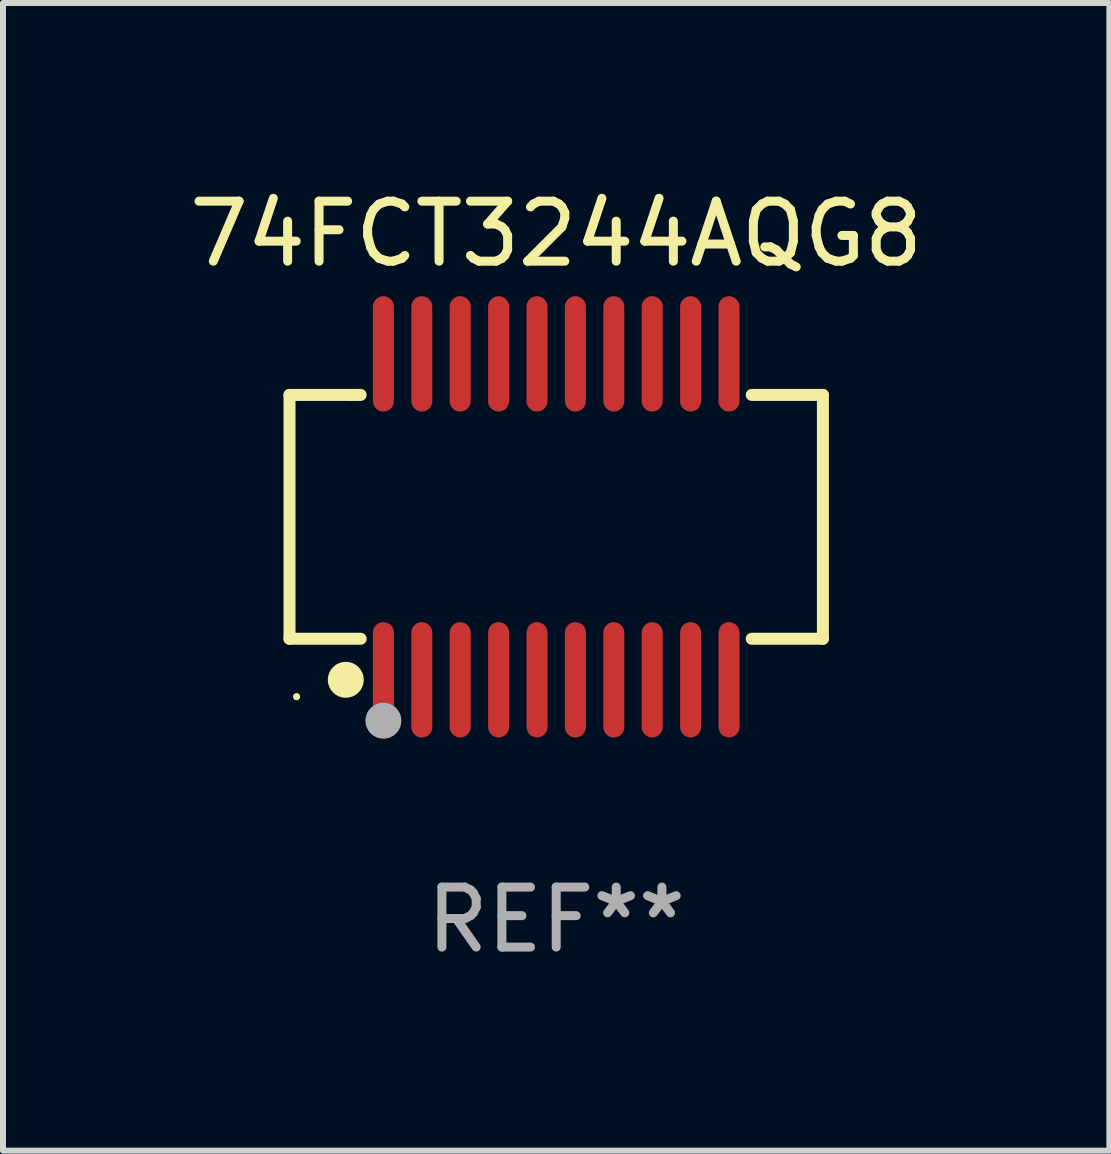
<source format=kicad_pcb>
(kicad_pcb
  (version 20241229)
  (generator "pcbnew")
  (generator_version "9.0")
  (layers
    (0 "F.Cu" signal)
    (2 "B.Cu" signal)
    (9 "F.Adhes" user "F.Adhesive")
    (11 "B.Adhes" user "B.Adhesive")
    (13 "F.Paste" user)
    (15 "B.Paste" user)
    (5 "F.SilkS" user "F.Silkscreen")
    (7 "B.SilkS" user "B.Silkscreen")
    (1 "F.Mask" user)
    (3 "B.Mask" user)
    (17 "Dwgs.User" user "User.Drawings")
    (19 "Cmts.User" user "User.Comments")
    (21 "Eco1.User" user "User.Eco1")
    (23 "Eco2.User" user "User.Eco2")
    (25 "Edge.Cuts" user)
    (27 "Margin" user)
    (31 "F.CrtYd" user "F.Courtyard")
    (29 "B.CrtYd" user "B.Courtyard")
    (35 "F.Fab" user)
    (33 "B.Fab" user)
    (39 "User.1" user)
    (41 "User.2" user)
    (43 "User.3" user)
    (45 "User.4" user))
  (footprint "74FCT3244AQG8"
    (layer "F.Cu")
    (at 6.22 5.564)
    (property "Reference" "74FCT3244AQG8" (at 0 -4.716 0) (layer "F.SilkS") (effects (font (size 1 1) (thickness 0.15))))
    (attr through_hole)
    (fp_line (start -4.445 -2.032) (end -4.445 2.032) (stroke (width 0.2) (type solid)) (layer "F.SilkS"))
    (fp_line (start -4.445 2.032) (end -3.259 2.032) (stroke (width 0.2) (type solid)) (layer "F.SilkS"))
    (fp_line (start -3.429 -2.032) (end -4.445 -2.032) (stroke (width 0.2) (type solid)) (layer "F.SilkS"))
    (fp_line (start -3.259 -2.032) (end -3.429 -2.032) (stroke (width 0.2) (type solid)) (layer "F.SilkS"))
    (fp_line (start 3.259 2.032) (end 4.445 2.032) (stroke (width 0.2) (type solid)) (layer "F.SilkS"))
    (fp_line (start 4.445 -2.032) (end 3.259 -2.032) (stroke (width 0.2) (type solid)) (layer "F.SilkS"))
    (fp_line (start 4.445 2.032) (end 4.445 -2.032) (stroke (width 0.2) (type solid)) (layer "F.SilkS"))
    (fp_circle (center -4.327 2.997) (end -4.297 2.997) (stroke (width 0.06) (type solid)) (fill no) (layer "F.SilkS"))
    (fp_circle (center -3.507 2.716) (end -3.357 2.716) (stroke (width 0.3) (type solid)) (fill no) (layer "F.SilkS"))
    (fp_circle (center -2.88 3.398) (end -2.73 3.398) (stroke (width 0.3) (type solid)) (fill no) (layer "F.Fab"))
    (fp_text user "REF**" (at 0 6.716 0) (layer "F.Fab") (effects (font (size 1 1) (thickness 0.15))))
    (pad "1" smd oval (at -2.88 2.716) (size 0.35 1.922) (layers "F.Cu" "F.Mask" "F.Paste"))
    (pad "2" smd oval (at -2.24 2.716) (size 0.35 1.922) (layers "F.Cu" "F.Mask" "F.Paste"))
    (pad "3" smd oval (at -1.6 2.716) (size 0.35 1.922) (layers "F.Cu" "F.Mask" "F.Paste"))
    (pad "4" smd oval (at -0.96 2.716) (size 0.35 1.922) (layers "F.Cu" "F.Mask" "F.Paste"))
    (pad "5" smd oval (at -0.32 2.716) (size 0.35 1.922) (layers "F.Cu" "F.Mask" "F.Paste"))
    (pad "6" smd oval (at 0.32 2.716) (size 0.35 1.922) (layers "F.Cu" "F.Mask" "F.Paste"))
    (pad "7" smd oval (at 0.96 2.716) (size 0.35 1.922) (layers "F.Cu" "F.Mask" "F.Paste"))
    (pad "8" smd oval (at 1.6 2.716) (size 0.35 1.922) (layers "F.Cu" "F.Mask" "F.Paste"))
    (pad "9" smd oval (at 2.24 2.716) (size 0.35 1.922) (layers "F.Cu" "F.Mask" "F.Paste"))
    (pad "10" smd oval (at 2.88 2.716) (size 0.35 1.922) (layers "F.Cu" "F.Mask" "F.Paste"))
    (pad "11" smd oval (at 2.88 -2.716) (size 0.35 1.922) (layers "F.Cu" "F.Mask" "F.Paste"))
    (pad "12" smd oval (at 2.24 -2.716) (size 0.35 1.922) (layers "F.Cu" "F.Mask" "F.Paste"))
    (pad "13" smd oval (at 1.6 -2.716) (size 0.35 1.922) (layers "F.Cu" "F.Mask" "F.Paste"))
    (pad "14" smd oval (at 0.96 -2.716) (size 0.35 1.922) (layers "F.Cu" "F.Mask" "F.Paste"))
    (pad "15" smd oval (at 0.32 -2.716) (size 0.35 1.922) (layers "F.Cu" "F.Mask" "F.Paste"))
    (pad "16" smd oval (at -0.32 -2.716) (size 0.35 1.922) (layers "F.Cu" "F.Mask" "F.Paste"))
    (pad "17" smd oval (at -0.96 -2.716) (size 0.35 1.922) (layers "F.Cu" "F.Mask" "F.Paste"))
    (pad "18" smd oval (at -1.6 -2.716) (size 0.35 1.922) (layers "F.Cu" "F.Mask" "F.Paste"))
    (pad "19" smd oval (at -2.24 -2.716) (size 0.35 1.922) (layers "F.Cu" "F.Mask" "F.Paste"))
    (pad "20" smd oval (at -2.88 -2.716) (size 0.35 1.922) (layers "F.Cu" "F.Mask" "F.Paste")))
  (gr_rect
    (start -3 -3)
    (end 15.44 16.128)
    (stroke (width 0.1) (type default))
    (fill no)
    (layer "Edge.Cuts")))
</source>
